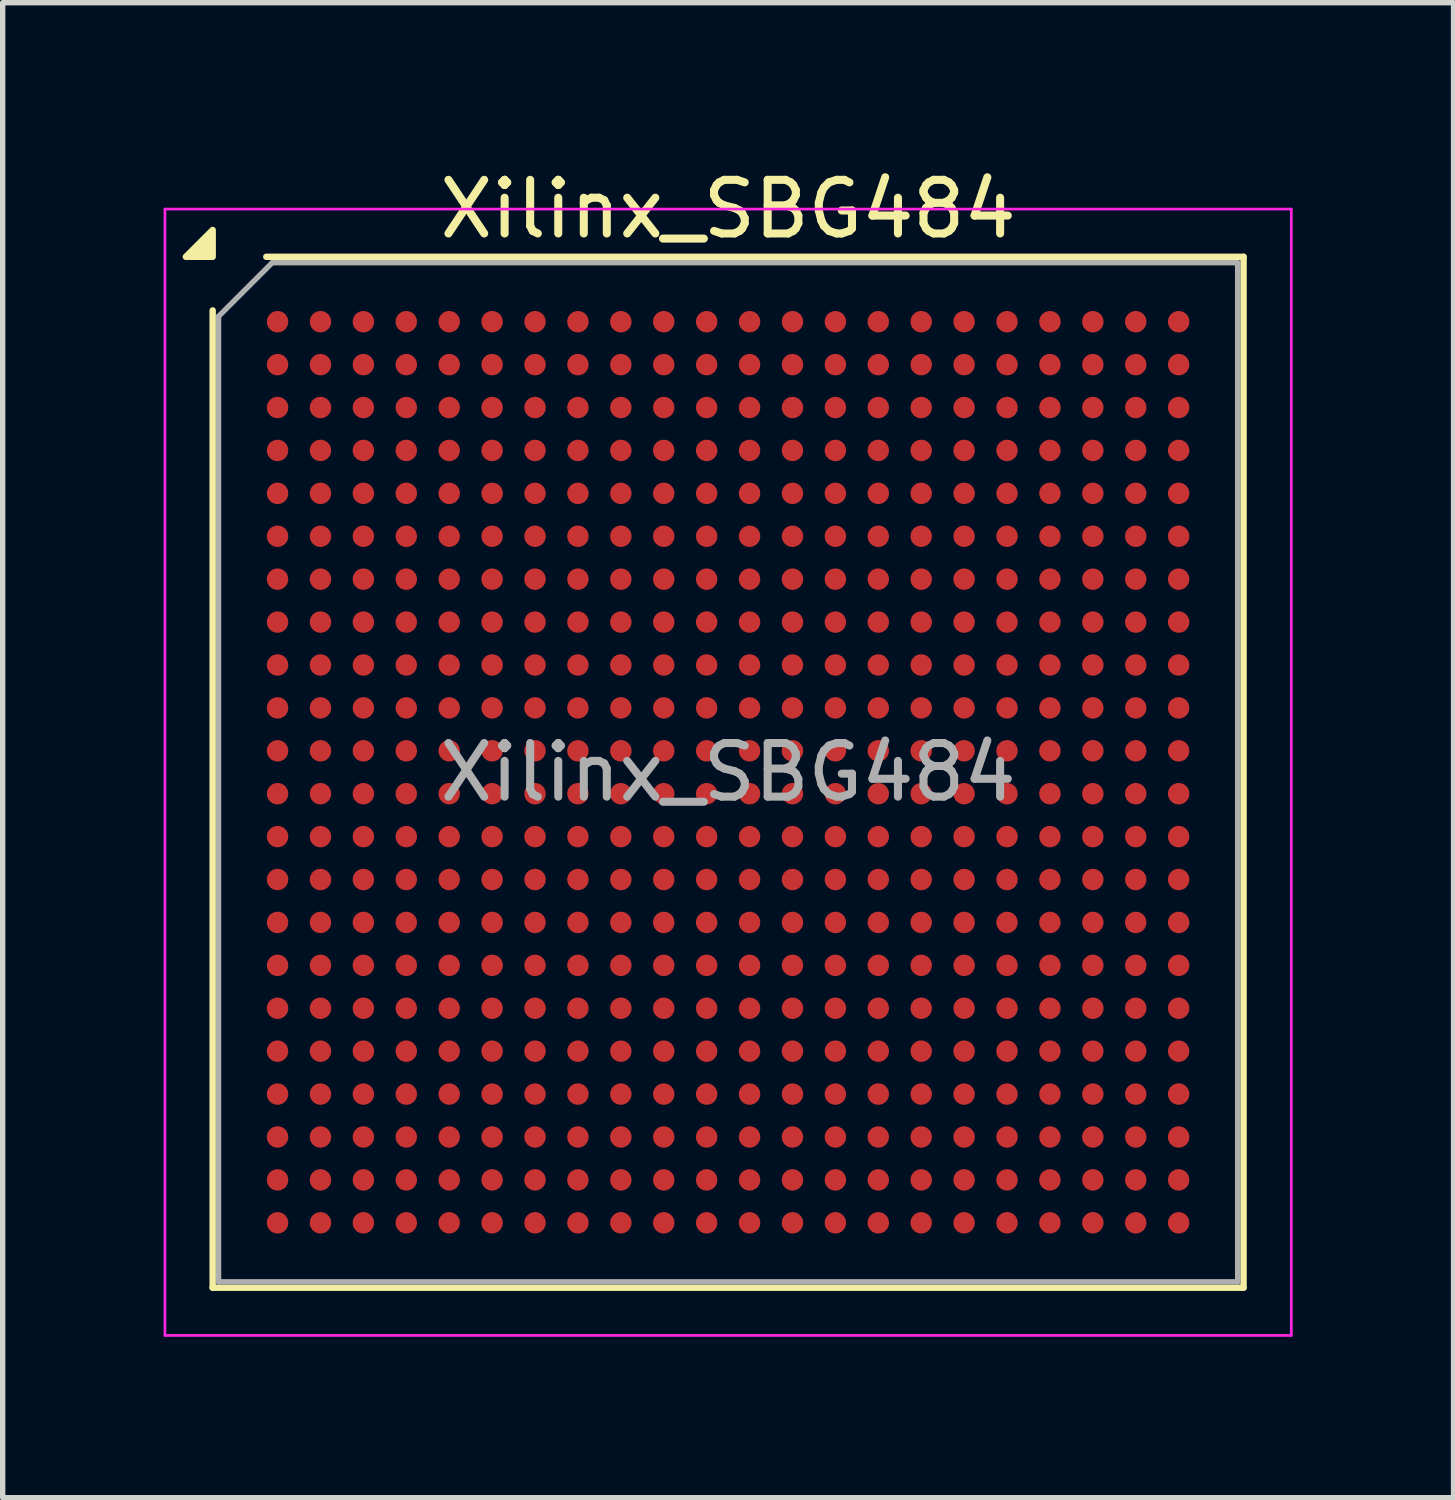
<source format=kicad_pcb>
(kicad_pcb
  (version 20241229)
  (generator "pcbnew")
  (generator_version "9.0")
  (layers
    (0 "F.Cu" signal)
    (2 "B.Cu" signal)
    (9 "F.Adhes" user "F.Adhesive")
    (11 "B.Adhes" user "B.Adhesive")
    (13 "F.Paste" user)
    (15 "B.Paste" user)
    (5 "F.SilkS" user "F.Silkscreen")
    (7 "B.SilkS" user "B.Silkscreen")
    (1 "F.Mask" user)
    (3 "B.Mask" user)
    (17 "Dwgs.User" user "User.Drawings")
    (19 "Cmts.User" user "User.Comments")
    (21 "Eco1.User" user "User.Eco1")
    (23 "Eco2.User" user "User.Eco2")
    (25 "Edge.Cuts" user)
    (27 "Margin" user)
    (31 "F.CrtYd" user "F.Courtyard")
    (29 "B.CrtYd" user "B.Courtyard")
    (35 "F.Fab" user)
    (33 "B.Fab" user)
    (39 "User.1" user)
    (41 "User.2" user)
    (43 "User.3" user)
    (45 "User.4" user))
  (footprint "Xilinx_SBG484"
    (layer "F.Cu")
    (at 10.525 11.348)
    (property "Reference" "Xilinx_SBG484" (at 0 -10.5 0) (layer "F.SilkS") (effects (font (size 1 1) (thickness 0.15))))
    (attr smd)
    (fp_line (start -9.61 9.61) (end -9.61 -8.61) (stroke (width 0.12) (type solid)) (layer "F.SilkS"))
    (fp_line (start -8.61 -9.61) (end 9.61 -9.61) (stroke (width 0.12) (type solid)) (layer "F.SilkS"))
    (fp_line (start 9.61 -9.61) (end 9.61 9.61) (stroke (width 0.12) (type solid)) (layer "F.SilkS"))
    (fp_line (start 9.61 9.61) (end -9.61 9.61) (stroke (width 0.12) (type solid)) (layer "F.SilkS"))
    (fp_poly (pts (xy -9.61 -9.61) (xy -10.11 -9.61) (xy -9.61 -10.11) (xy -9.61 -9.61)) (stroke (width 0.12) (type solid)) (fill yes) (layer "F.SilkS"))
    (fp_line (start -10.5 -10.5) (end -10.5 10.5) (stroke (width 0.05) (type solid)) (layer "F.CrtYd"))
    (fp_line (start -10.5 10.5) (end 10.5 10.5) (stroke (width 0.05) (type solid)) (layer "F.CrtYd"))
    (fp_line (start 10.5 -10.5) (end -10.5 -10.5) (stroke (width 0.05) (type solid)) (layer "F.CrtYd"))
    (fp_line (start 10.5 10.5) (end 10.5 -10.5) (stroke (width 0.05) (type solid)) (layer "F.CrtYd"))
    (fp_line (start -9.5 -8.5) (end -8.5 -9.5) (stroke (width 0.1) (type solid)) (layer "F.Fab"))
    (fp_line (start -9.5 9.5) (end -9.5 -8.5) (stroke (width 0.1) (type solid)) (layer "F.Fab"))
    (fp_line (start -8.5 -9.5) (end 9.5 -9.5) (stroke (width 0.1) (type solid)) (layer "F.Fab"))
    (fp_line (start 9.5 -9.5) (end 9.5 9.5) (stroke (width 0.1) (type solid)) (layer "F.Fab"))
    (fp_line (start 9.5 9.5) (end -9.5 9.5) (stroke (width 0.1) (type solid)) (layer "F.Fab"))
    (fp_text user "${REFERENCE}" (at 0 0 0) (layer "F.Fab") (effects (font (size 1 1) (thickness 0.15))))
    (pad "A1" smd circle (at -8.4 -8.4) (size 0.4 0.4) (property pad_prop_bga) (layers "F.Cu" "F.Mask" "F.Paste"))
    (pad "A2" smd circle (at -7.6 -8.4) (size 0.4 0.4) (property pad_prop_bga) (layers "F.Cu" "F.Mask" "F.Paste"))
    (pad "A3" smd circle (at -6.8 -8.4) (size 0.4 0.4) (property pad_prop_bga) (layers "F.Cu" "F.Mask" "F.Paste"))
    (pad "A4" smd circle (at -6 -8.4) (size 0.4 0.4) (property pad_prop_bga) (layers "F.Cu" "F.Mask" "F.Paste"))
    (pad "A5" smd circle (at -5.2 -8.4) (size 0.4 0.4) (property pad_prop_bga) (layers "F.Cu" "F.Mask" "F.Paste"))
    (pad "A6" smd circle (at -4.4 -8.4) (size 0.4 0.4) (property pad_prop_bga) (layers "F.Cu" "F.Mask" "F.Paste"))
    (pad "A7" smd circle (at -3.6 -8.4) (size 0.4 0.4) (property pad_prop_bga) (layers "F.Cu" "F.Mask" "F.Paste"))
    (pad "A8" smd circle (at -2.8 -8.4) (size 0.4 0.4) (property pad_prop_bga) (layers "F.Cu" "F.Mask" "F.Paste"))
    (pad "A9" smd circle (at -2 -8.4) (size 0.4 0.4) (property pad_prop_bga) (layers "F.Cu" "F.Mask" "F.Paste"))
    (pad "A10" smd circle (at -1.2 -8.4) (size 0.4 0.4) (property pad_prop_bga) (layers "F.Cu" "F.Mask" "F.Paste"))
    (pad "A11" smd circle (at -0.4 -8.4) (size 0.4 0.4) (property pad_prop_bga) (layers "F.Cu" "F.Mask" "F.Paste"))
    (pad "A12" smd circle (at 0.4 -8.4) (size 0.4 0.4) (property pad_prop_bga) (layers "F.Cu" "F.Mask" "F.Paste"))
    (pad "A13" smd circle (at 1.2 -8.4) (size 0.4 0.4) (property pad_prop_bga) (layers "F.Cu" "F.Mask" "F.Paste"))
    (pad "A14" smd circle (at 2 -8.4) (size 0.4 0.4) (property pad_prop_bga) (layers "F.Cu" "F.Mask" "F.Paste"))
    (pad "A15" smd circle (at 2.8 -8.4) (size 0.4 0.4) (property pad_prop_bga) (layers "F.Cu" "F.Mask" "F.Paste"))
    (pad "A16" smd circle (at 3.6 -8.4) (size 0.4 0.4) (property pad_prop_bga) (layers "F.Cu" "F.Mask" "F.Paste"))
    (pad "A17" smd circle (at 4.4 -8.4) (size 0.4 0.4) (property pad_prop_bga) (layers "F.Cu" "F.Mask" "F.Paste"))
    (pad "A18" smd circle (at 5.2 -8.4) (size 0.4 0.4) (property pad_prop_bga) (layers "F.Cu" "F.Mask" "F.Paste"))
    (pad "A19" smd circle (at 6 -8.4) (size 0.4 0.4) (property pad_prop_bga) (layers "F.Cu" "F.Mask" "F.Paste"))
    (pad "A20" smd circle (at 6.8 -8.4) (size 0.4 0.4) (property pad_prop_bga) (layers "F.Cu" "F.Mask" "F.Paste"))
    (pad "A21" smd circle (at 7.6 -8.4) (size 0.4 0.4) (property pad_prop_bga) (layers "F.Cu" "F.Mask" "F.Paste"))
    (pad "A22" smd circle (at 8.4 -8.4) (size 0.4 0.4) (property pad_prop_bga) (layers "F.Cu" "F.Mask" "F.Paste"))
    (pad "AA1" smd circle (at -8.4 7.6) (size 0.4 0.4) (property pad_prop_bga) (layers "F.Cu" "F.Mask" "F.Paste"))
    (pad "AA2" smd circle (at -7.6 7.6) (size 0.4 0.4) (property pad_prop_bga) (layers "F.Cu" "F.Mask" "F.Paste"))
    (pad "AA3" smd circle (at -6.8 7.6) (size 0.4 0.4) (property pad_prop_bga) (layers "F.Cu" "F.Mask" "F.Paste"))
    (pad "AA4" smd circle (at -6 7.6) (size 0.4 0.4) (property pad_prop_bga) (layers "F.Cu" "F.Mask" "F.Paste"))
    (pad "AA5" smd circle (at -5.2 7.6) (size 0.4 0.4) (property pad_prop_bga) (layers "F.Cu" "F.Mask" "F.Paste"))
    (pad "AA6" smd circle (at -4.4 7.6) (size 0.4 0.4) (property pad_prop_bga) (layers "F.Cu" "F.Mask" "F.Paste"))
    (pad "AA7" smd circle (at -3.6 7.6) (size 0.4 0.4) (property pad_prop_bga) (layers "F.Cu" "F.Mask" "F.Paste"))
    (pad "AA8" smd circle (at -2.8 7.6) (size 0.4 0.4) (property pad_prop_bga) (layers "F.Cu" "F.Mask" "F.Paste"))
    (pad "AA9" smd circle (at -2 7.6) (size 0.4 0.4) (property pad_prop_bga) (layers "F.Cu" "F.Mask" "F.Paste"))
    (pad "AA10" smd circle (at -1.2 7.6) (size 0.4 0.4) (property pad_prop_bga) (layers "F.Cu" "F.Mask" "F.Paste"))
    (pad "AA11" smd circle (at -0.4 7.6) (size 0.4 0.4) (property pad_prop_bga) (layers "F.Cu" "F.Mask" "F.Paste"))
    (pad "AA12" smd circle (at 0.4 7.6) (size 0.4 0.4) (property pad_prop_bga) (layers "F.Cu" "F.Mask" "F.Paste"))
    (pad "AA13" smd circle (at 1.2 7.6) (size 0.4 0.4) (property pad_prop_bga) (layers "F.Cu" "F.Mask" "F.Paste"))
    (pad "AA14" smd circle (at 2 7.6) (size 0.4 0.4) (property pad_prop_bga) (layers "F.Cu" "F.Mask" "F.Paste"))
    (pad "AA15" smd circle (at 2.8 7.6) (size 0.4 0.4) (property pad_prop_bga) (layers "F.Cu" "F.Mask" "F.Paste"))
    (pad "AA16" smd circle (at 3.6 7.6) (size 0.4 0.4) (property pad_prop_bga) (layers "F.Cu" "F.Mask" "F.Paste"))
    (pad "AA17" smd circle (at 4.4 7.6) (size 0.4 0.4) (property pad_prop_bga) (layers "F.Cu" "F.Mask" "F.Paste"))
    (pad "AA18" smd circle (at 5.2 7.6) (size 0.4 0.4) (property pad_prop_bga) (layers "F.Cu" "F.Mask" "F.Paste"))
    (pad "AA19" smd circle (at 6 7.6) (size 0.4 0.4) (property pad_prop_bga) (layers "F.Cu" "F.Mask" "F.Paste"))
    (pad "AA20" smd circle (at 6.8 7.6) (size 0.4 0.4) (property pad_prop_bga) (layers "F.Cu" "F.Mask" "F.Paste"))
    (pad "AA21" smd circle (at 7.6 7.6) (size 0.4 0.4) (property pad_prop_bga) (layers "F.Cu" "F.Mask" "F.Paste"))
    (pad "AA22" smd circle (at 8.4 7.6) (size 0.4 0.4) (property pad_prop_bga) (layers "F.Cu" "F.Mask" "F.Paste"))
    (pad "AB1" smd circle (at -8.4 8.4) (size 0.4 0.4) (property pad_prop_bga) (layers "F.Cu" "F.Mask" "F.Paste"))
    (pad "AB2" smd circle (at -7.6 8.4) (size 0.4 0.4) (property pad_prop_bga) (layers "F.Cu" "F.Mask" "F.Paste"))
    (pad "AB3" smd circle (at -6.8 8.4) (size 0.4 0.4) (property pad_prop_bga) (layers "F.Cu" "F.Mask" "F.Paste"))
    (pad "AB4" smd circle (at -6 8.4) (size 0.4 0.4) (property pad_prop_bga) (layers "F.Cu" "F.Mask" "F.Paste"))
    (pad "AB5" smd circle (at -5.2 8.4) (size 0.4 0.4) (property pad_prop_bga) (layers "F.Cu" "F.Mask" "F.Paste"))
    (pad "AB6" smd circle (at -4.4 8.4) (size 0.4 0.4) (property pad_prop_bga) (layers "F.Cu" "F.Mask" "F.Paste"))
    (pad "AB7" smd circle (at -3.6 8.4) (size 0.4 0.4) (property pad_prop_bga) (layers "F.Cu" "F.Mask" "F.Paste"))
    (pad "AB8" smd circle (at -2.8 8.4) (size 0.4 0.4) (property pad_prop_bga) (layers "F.Cu" "F.Mask" "F.Paste"))
    (pad "AB9" smd circle (at -2 8.4) (size 0.4 0.4) (property pad_prop_bga) (layers "F.Cu" "F.Mask" "F.Paste"))
    (pad "AB10" smd circle (at -1.2 8.4) (size 0.4 0.4) (property pad_prop_bga) (layers "F.Cu" "F.Mask" "F.Paste"))
    (pad "AB11" smd circle (at -0.4 8.4) (size 0.4 0.4) (property pad_prop_bga) (layers "F.Cu" "F.Mask" "F.Paste"))
    (pad "AB12" smd circle (at 0.4 8.4) (size 0.4 0.4) (property pad_prop_bga) (layers "F.Cu" "F.Mask" "F.Paste"))
    (pad "AB13" smd circle (at 1.2 8.4) (size 0.4 0.4) (property pad_prop_bga) (layers "F.Cu" "F.Mask" "F.Paste"))
    (pad "AB14" smd circle (at 2 8.4) (size 0.4 0.4) (property pad_prop_bga) (layers "F.Cu" "F.Mask" "F.Paste"))
    (pad "AB15" smd circle (at 2.8 8.4) (size 0.4 0.4) (property pad_prop_bga) (layers "F.Cu" "F.Mask" "F.Paste"))
    (pad "AB16" smd circle (at 3.6 8.4) (size 0.4 0.4) (property pad_prop_bga) (layers "F.Cu" "F.Mask" "F.Paste"))
    (pad "AB17" smd circle (at 4.4 8.4) (size 0.4 0.4) (property pad_prop_bga) (layers "F.Cu" "F.Mask" "F.Paste"))
    (pad "AB18" smd circle (at 5.2 8.4) (size 0.4 0.4) (property pad_prop_bga) (layers "F.Cu" "F.Mask" "F.Paste"))
    (pad "AB19" smd circle (at 6 8.4) (size 0.4 0.4) (property pad_prop_bga) (layers "F.Cu" "F.Mask" "F.Paste"))
    (pad "AB20" smd circle (at 6.8 8.4) (size 0.4 0.4) (property pad_prop_bga) (layers "F.Cu" "F.Mask" "F.Paste"))
    (pad "AB21" smd circle (at 7.6 8.4) (size 0.4 0.4) (property pad_prop_bga) (layers "F.Cu" "F.Mask" "F.Paste"))
    (pad "AB22" smd circle (at 8.4 8.4) (size 0.4 0.4) (property pad_prop_bga) (layers "F.Cu" "F.Mask" "F.Paste"))
    (pad "B1" smd circle (at -8.4 -7.6) (size 0.4 0.4) (property pad_prop_bga) (layers "F.Cu" "F.Mask" "F.Paste"))
    (pad "B2" smd circle (at -7.6 -7.6) (size 0.4 0.4) (property pad_prop_bga) (layers "F.Cu" "F.Mask" "F.Paste"))
    (pad "B3" smd circle (at -6.8 -7.6) (size 0.4 0.4) (property pad_prop_bga) (layers "F.Cu" "F.Mask" "F.Paste"))
    (pad "B4" smd circle (at -6 -7.6) (size 0.4 0.4) (property pad_prop_bga) (layers "F.Cu" "F.Mask" "F.Paste"))
    (pad "B5" smd circle (at -5.2 -7.6) (size 0.4 0.4) (property pad_prop_bga) (layers "F.Cu" "F.Mask" "F.Paste"))
    (pad "B6" smd circle (at -4.4 -7.6) (size 0.4 0.4) (property pad_prop_bga) (layers "F.Cu" "F.Mask" "F.Paste"))
    (pad "B7" smd circle (at -3.6 -7.6) (size 0.4 0.4) (property pad_prop_bga) (layers "F.Cu" "F.Mask" "F.Paste"))
    (pad "B8" smd circle (at -2.8 -7.6) (size 0.4 0.4) (property pad_prop_bga) (layers "F.Cu" "F.Mask" "F.Paste"))
    (pad "B9" smd circle (at -2 -7.6) (size 0.4 0.4) (property pad_prop_bga) (layers "F.Cu" "F.Mask" "F.Paste"))
    (pad "B10" smd circle (at -1.2 -7.6) (size 0.4 0.4) (property pad_prop_bga) (layers "F.Cu" "F.Mask" "F.Paste"))
    (pad "B11" smd circle (at -0.4 -7.6) (size 0.4 0.4) (property pad_prop_bga) (layers "F.Cu" "F.Mask" "F.Paste"))
    (pad "B12" smd circle (at 0.4 -7.6) (size 0.4 0.4) (property pad_prop_bga) (layers "F.Cu" "F.Mask" "F.Paste"))
    (pad "B13" smd circle (at 1.2 -7.6) (size 0.4 0.4) (property pad_prop_bga) (layers "F.Cu" "F.Mask" "F.Paste"))
    (pad "B14" smd circle (at 2 -7.6) (size 0.4 0.4) (property pad_prop_bga) (layers "F.Cu" "F.Mask" "F.Paste"))
    (pad "B15" smd circle (at 2.8 -7.6) (size 0.4 0.4) (property pad_prop_bga) (layers "F.Cu" "F.Mask" "F.Paste"))
    (pad "B16" smd circle (at 3.6 -7.6) (size 0.4 0.4) (property pad_prop_bga) (layers "F.Cu" "F.Mask" "F.Paste"))
    (pad "B17" smd circle (at 4.4 -7.6) (size 0.4 0.4) (property pad_prop_bga) (layers "F.Cu" "F.Mask" "F.Paste"))
    (pad "B18" smd circle (at 5.2 -7.6) (size 0.4 0.4) (property pad_prop_bga) (layers "F.Cu" "F.Mask" "F.Paste"))
    (pad "B19" smd circle (at 6 -7.6) (size 0.4 0.4) (property pad_prop_bga) (layers "F.Cu" "F.Mask" "F.Paste"))
    (pad "B20" smd circle (at 6.8 -7.6) (size 0.4 0.4) (property pad_prop_bga) (layers "F.Cu" "F.Mask" "F.Paste"))
    (pad "B21" smd circle (at 7.6 -7.6) (size 0.4 0.4) (property pad_prop_bga) (layers "F.Cu" "F.Mask" "F.Paste"))
    (pad "B22" smd circle (at 8.4 -7.6) (size 0.4 0.4) (property pad_prop_bga) (layers "F.Cu" "F.Mask" "F.Paste"))
    (pad "C1" smd circle (at -8.4 -6.8) (size 0.4 0.4) (property pad_prop_bga) (layers "F.Cu" "F.Mask" "F.Paste"))
    (pad "C2" smd circle (at -7.6 -6.8) (size 0.4 0.4) (property pad_prop_bga) (layers "F.Cu" "F.Mask" "F.Paste"))
    (pad "C3" smd circle (at -6.8 -6.8) (size 0.4 0.4) (property pad_prop_bga) (layers "F.Cu" "F.Mask" "F.Paste"))
    (pad "C4" smd circle (at -6 -6.8) (size 0.4 0.4) (property pad_prop_bga) (layers "F.Cu" "F.Mask" "F.Paste"))
    (pad "C5" smd circle (at -5.2 -6.8) (size 0.4 0.4) (property pad_prop_bga) (layers "F.Cu" "F.Mask" "F.Paste"))
    (pad "C6" smd circle (at -4.4 -6.8) (size 0.4 0.4) (property pad_prop_bga) (layers "F.Cu" "F.Mask" "F.Paste"))
    (pad "C7" smd circle (at -3.6 -6.8) (size 0.4 0.4) (property pad_prop_bga) (layers "F.Cu" "F.Mask" "F.Paste"))
    (pad "C8" smd circle (at -2.8 -6.8) (size 0.4 0.4) (property pad_prop_bga) (layers "F.Cu" "F.Mask" "F.Paste"))
    (pad "C9" smd circle (at -2 -6.8) (size 0.4 0.4) (property pad_prop_bga) (layers "F.Cu" "F.Mask" "F.Paste"))
    (pad "C10" smd circle (at -1.2 -6.8) (size 0.4 0.4) (property pad_prop_bga) (layers "F.Cu" "F.Mask" "F.Paste"))
    (pad "C11" smd circle (at -0.4 -6.8) (size 0.4 0.4) (property pad_prop_bga) (layers "F.Cu" "F.Mask" "F.Paste"))
    (pad "C12" smd circle (at 0.4 -6.8) (size 0.4 0.4) (property pad_prop_bga) (layers "F.Cu" "F.Mask" "F.Paste"))
    (pad "C13" smd circle (at 1.2 -6.8) (size 0.4 0.4) (property pad_prop_bga) (layers "F.Cu" "F.Mask" "F.Paste"))
    (pad "C14" smd circle (at 2 -6.8) (size 0.4 0.4) (property pad_prop_bga) (layers "F.Cu" "F.Mask" "F.Paste"))
    (pad "C15" smd circle (at 2.8 -6.8) (size 0.4 0.4) (property pad_prop_bga) (layers "F.Cu" "F.Mask" "F.Paste"))
    (pad "C16" smd circle (at 3.6 -6.8) (size 0.4 0.4) (property pad_prop_bga) (layers "F.Cu" "F.Mask" "F.Paste"))
    (pad "C17" smd circle (at 4.4 -6.8) (size 0.4 0.4) (property pad_prop_bga) (layers "F.Cu" "F.Mask" "F.Paste"))
    (pad "C18" smd circle (at 5.2 -6.8) (size 0.4 0.4) (property pad_prop_bga) (layers "F.Cu" "F.Mask" "F.Paste"))
    (pad "C19" smd circle (at 6 -6.8) (size 0.4 0.4) (property pad_prop_bga) (layers "F.Cu" "F.Mask" "F.Paste"))
    (pad "C20" smd circle (at 6.8 -6.8) (size 0.4 0.4) (property pad_prop_bga) (layers "F.Cu" "F.Mask" "F.Paste"))
    (pad "C21" smd circle (at 7.6 -6.8) (size 0.4 0.4) (property pad_prop_bga) (layers "F.Cu" "F.Mask" "F.Paste"))
    (pad "C22" smd circle (at 8.4 -6.8) (size 0.4 0.4) (property pad_prop_bga) (layers "F.Cu" "F.Mask" "F.Paste"))
    (pad "D1" smd circle (at -8.4 -6) (size 0.4 0.4) (property pad_prop_bga) (layers "F.Cu" "F.Mask" "F.Paste"))
    (pad "D2" smd circle (at -7.6 -6) (size 0.4 0.4) (property pad_prop_bga) (layers "F.Cu" "F.Mask" "F.Paste"))
    (pad "D3" smd circle (at -6.8 -6) (size 0.4 0.4) (property pad_prop_bga) (layers "F.Cu" "F.Mask" "F.Paste"))
    (pad "D4" smd circle (at -6 -6) (size 0.4 0.4) (property pad_prop_bga) (layers "F.Cu" "F.Mask" "F.Paste"))
    (pad "D5" smd circle (at -5.2 -6) (size 0.4 0.4) (property pad_prop_bga) (layers "F.Cu" "F.Mask" "F.Paste"))
    (pad "D6" smd circle (at -4.4 -6) (size 0.4 0.4) (property pad_prop_bga) (layers "F.Cu" "F.Mask" "F.Paste"))
    (pad "D7" smd circle (at -3.6 -6) (size 0.4 0.4) (property pad_prop_bga) (layers "F.Cu" "F.Mask" "F.Paste"))
    (pad "D8" smd circle (at -2.8 -6) (size 0.4 0.4) (property pad_prop_bga) (layers "F.Cu" "F.Mask" "F.Paste"))
    (pad "D9" smd circle (at -2 -6) (size 0.4 0.4) (property pad_prop_bga) (layers "F.Cu" "F.Mask" "F.Paste"))
    (pad "D10" smd circle (at -1.2 -6) (size 0.4 0.4) (property pad_prop_bga) (layers "F.Cu" "F.Mask" "F.Paste"))
    (pad "D11" smd circle (at -0.4 -6) (size 0.4 0.4) (property pad_prop_bga) (layers "F.Cu" "F.Mask" "F.Paste"))
    (pad "D12" smd circle (at 0.4 -6) (size 0.4 0.4) (property pad_prop_bga) (layers "F.Cu" "F.Mask" "F.Paste"))
    (pad "D13" smd circle (at 1.2 -6) (size 0.4 0.4) (property pad_prop_bga) (layers "F.Cu" "F.Mask" "F.Paste"))
    (pad "D14" smd circle (at 2 -6) (size 0.4 0.4) (property pad_prop_bga) (layers "F.Cu" "F.Mask" "F.Paste"))
    (pad "D15" smd circle (at 2.8 -6) (size 0.4 0.4) (property pad_prop_bga) (layers "F.Cu" "F.Mask" "F.Paste"))
    (pad "D16" smd circle (at 3.6 -6) (size 0.4 0.4) (property pad_prop_bga) (layers "F.Cu" "F.Mask" "F.Paste"))
    (pad "D17" smd circle (at 4.4 -6) (size 0.4 0.4) (property pad_prop_bga) (layers "F.Cu" "F.Mask" "F.Paste"))
    (pad "D18" smd circle (at 5.2 -6) (size 0.4 0.4) (property pad_prop_bga) (layers "F.Cu" "F.Mask" "F.Paste"))
    (pad "D19" smd circle (at 6 -6) (size 0.4 0.4) (property pad_prop_bga) (layers "F.Cu" "F.Mask" "F.Paste"))
    (pad "D20" smd circle (at 6.8 -6) (size 0.4 0.4) (property pad_prop_bga) (layers "F.Cu" "F.Mask" "F.Paste"))
    (pad "D21" smd circle (at 7.6 -6) (size 0.4 0.4) (property pad_prop_bga) (layers "F.Cu" "F.Mask" "F.Paste"))
    (pad "D22" smd circle (at 8.4 -6) (size 0.4 0.4) (property pad_prop_bga) (layers "F.Cu" "F.Mask" "F.Paste"))
    (pad "E1" smd circle (at -8.4 -5.2) (size 0.4 0.4) (property pad_prop_bga) (layers "F.Cu" "F.Mask" "F.Paste"))
    (pad "E2" smd circle (at -7.6 -5.2) (size 0.4 0.4) (property pad_prop_bga) (layers "F.Cu" "F.Mask" "F.Paste"))
    (pad "E3" smd circle (at -6.8 -5.2) (size 0.4 0.4) (property pad_prop_bga) (layers "F.Cu" "F.Mask" "F.Paste"))
    (pad "E4" smd circle (at -6 -5.2) (size 0.4 0.4) (property pad_prop_bga) (layers "F.Cu" "F.Mask" "F.Paste"))
    (pad "E5" smd circle (at -5.2 -5.2) (size 0.4 0.4) (property pad_prop_bga) (layers "F.Cu" "F.Mask" "F.Paste"))
    (pad "E6" smd circle (at -4.4 -5.2) (size 0.4 0.4) (property pad_prop_bga) (layers "F.Cu" "F.Mask" "F.Paste"))
    (pad "E7" smd circle (at -3.6 -5.2) (size 0.4 0.4) (property pad_prop_bga) (layers "F.Cu" "F.Mask" "F.Paste"))
    (pad "E8" smd circle (at -2.8 -5.2) (size 0.4 0.4) (property pad_prop_bga) (layers "F.Cu" "F.Mask" "F.Paste"))
    (pad "E9" smd circle (at -2 -5.2) (size 0.4 0.4) (property pad_prop_bga) (layers "F.Cu" "F.Mask" "F.Paste"))
    (pad "E10" smd circle (at -1.2 -5.2) (size 0.4 0.4) (property pad_prop_bga) (layers "F.Cu" "F.Mask" "F.Paste"))
    (pad "E11" smd circle (at -0.4 -5.2) (size 0.4 0.4) (property pad_prop_bga) (layers "F.Cu" "F.Mask" "F.Paste"))
    (pad "E12" smd circle (at 0.4 -5.2) (size 0.4 0.4) (property pad_prop_bga) (layers "F.Cu" "F.Mask" "F.Paste"))
    (pad "E13" smd circle (at 1.2 -5.2) (size 0.4 0.4) (property pad_prop_bga) (layers "F.Cu" "F.Mask" "F.Paste"))
    (pad "E14" smd circle (at 2 -5.2) (size 0.4 0.4) (property pad_prop_bga) (layers "F.Cu" "F.Mask" "F.Paste"))
    (pad "E15" smd circle (at 2.8 -5.2) (size 0.4 0.4) (property pad_prop_bga) (layers "F.Cu" "F.Mask" "F.Paste"))
    (pad "E16" smd circle (at 3.6 -5.2) (size 0.4 0.4) (property pad_prop_bga) (layers "F.Cu" "F.Mask" "F.Paste"))
    (pad "E17" smd circle (at 4.4 -5.2) (size 0.4 0.4) (property pad_prop_bga) (layers "F.Cu" "F.Mask" "F.Paste"))
    (pad "E18" smd circle (at 5.2 -5.2) (size 0.4 0.4) (property pad_prop_bga) (layers "F.Cu" "F.Mask" "F.Paste"))
    (pad "E19" smd circle (at 6 -5.2) (size 0.4 0.4) (property pad_prop_bga) (layers "F.Cu" "F.Mask" "F.Paste"))
    (pad "E20" smd circle (at 6.8 -5.2) (size 0.4 0.4) (property pad_prop_bga) (layers "F.Cu" "F.Mask" "F.Paste"))
    (pad "E21" smd circle (at 7.6 -5.2) (size 0.4 0.4) (property pad_prop_bga) (layers "F.Cu" "F.Mask" "F.Paste"))
    (pad "E22" smd circle (at 8.4 -5.2) (size 0.4 0.4) (property pad_prop_bga) (layers "F.Cu" "F.Mask" "F.Paste"))
    (pad "F1" smd circle (at -8.4 -4.4) (size 0.4 0.4) (property pad_prop_bga) (layers "F.Cu" "F.Mask" "F.Paste"))
    (pad "F2" smd circle (at -7.6 -4.4) (size 0.4 0.4) (property pad_prop_bga) (layers "F.Cu" "F.Mask" "F.Paste"))
    (pad "F3" smd circle (at -6.8 -4.4) (size 0.4 0.4) (property pad_prop_bga) (layers "F.Cu" "F.Mask" "F.Paste"))
    (pad "F4" smd circle (at -6 -4.4) (size 0.4 0.4) (property pad_prop_bga) (layers "F.Cu" "F.Mask" "F.Paste"))
    (pad "F5" smd circle (at -5.2 -4.4) (size 0.4 0.4) (property pad_prop_bga) (layers "F.Cu" "F.Mask" "F.Paste"))
    (pad "F6" smd circle (at -4.4 -4.4) (size 0.4 0.4) (property pad_prop_bga) (layers "F.Cu" "F.Mask" "F.Paste"))
    (pad "F7" smd circle (at -3.6 -4.4) (size 0.4 0.4) (property pad_prop_bga) (layers "F.Cu" "F.Mask" "F.Paste"))
    (pad "F8" smd circle (at -2.8 -4.4) (size 0.4 0.4) (property pad_prop_bga) (layers "F.Cu" "F.Mask" "F.Paste"))
    (pad "F9" smd circle (at -2 -4.4) (size 0.4 0.4) (property pad_prop_bga) (layers "F.Cu" "F.Mask" "F.Paste"))
    (pad "F10" smd circle (at -1.2 -4.4) (size 0.4 0.4) (property pad_prop_bga) (layers "F.Cu" "F.Mask" "F.Paste"))
    (pad "F11" smd circle (at -0.4 -4.4) (size 0.4 0.4) (property pad_prop_bga) (layers "F.Cu" "F.Mask" "F.Paste"))
    (pad "F12" smd circle (at 0.4 -4.4) (size 0.4 0.4) (property pad_prop_bga) (layers "F.Cu" "F.Mask" "F.Paste"))
    (pad "F13" smd circle (at 1.2 -4.4) (size 0.4 0.4) (property pad_prop_bga) (layers "F.Cu" "F.Mask" "F.Paste"))
    (pad "F14" smd circle (at 2 -4.4) (size 0.4 0.4) (property pad_prop_bga) (layers "F.Cu" "F.Mask" "F.Paste"))
    (pad "F15" smd circle (at 2.8 -4.4) (size 0.4 0.4) (property pad_prop_bga) (layers "F.Cu" "F.Mask" "F.Paste"))
    (pad "F16" smd circle (at 3.6 -4.4) (size 0.4 0.4) (property pad_prop_bga) (layers "F.Cu" "F.Mask" "F.Paste"))
    (pad "F17" smd circle (at 4.4 -4.4) (size 0.4 0.4) (property pad_prop_bga) (layers "F.Cu" "F.Mask" "F.Paste"))
    (pad "F18" smd circle (at 5.2 -4.4) (size 0.4 0.4) (property pad_prop_bga) (layers "F.Cu" "F.Mask" "F.Paste"))
    (pad "F19" smd circle (at 6 -4.4) (size 0.4 0.4) (property pad_prop_bga) (layers "F.Cu" "F.Mask" "F.Paste"))
    (pad "F20" smd circle (at 6.8 -4.4) (size 0.4 0.4) (property pad_prop_bga) (layers "F.Cu" "F.Mask" "F.Paste"))
    (pad "F21" smd circle (at 7.6 -4.4) (size 0.4 0.4) (property pad_prop_bga) (layers "F.Cu" "F.Mask" "F.Paste"))
    (pad "F22" smd circle (at 8.4 -4.4) (size 0.4 0.4) (property pad_prop_bga) (layers "F.Cu" "F.Mask" "F.Paste"))
    (pad "G1" smd circle (at -8.4 -3.6) (size 0.4 0.4) (property pad_prop_bga) (layers "F.Cu" "F.Mask" "F.Paste"))
    (pad "G2" smd circle (at -7.6 -3.6) (size 0.4 0.4) (property pad_prop_bga) (layers "F.Cu" "F.Mask" "F.Paste"))
    (pad "G3" smd circle (at -6.8 -3.6) (size 0.4 0.4) (property pad_prop_bga) (layers "F.Cu" "F.Mask" "F.Paste"))
    (pad "G4" smd circle (at -6 -3.6) (size 0.4 0.4) (property pad_prop_bga) (layers "F.Cu" "F.Mask" "F.Paste"))
    (pad "G5" smd circle (at -5.2 -3.6) (size 0.4 0.4) (property pad_prop_bga) (layers "F.Cu" "F.Mask" "F.Paste"))
    (pad "G6" smd circle (at -4.4 -3.6) (size 0.4 0.4) (property pad_prop_bga) (layers "F.Cu" "F.Mask" "F.Paste"))
    (pad "G7" smd circle (at -3.6 -3.6) (size 0.4 0.4) (property pad_prop_bga) (layers "F.Cu" "F.Mask" "F.Paste"))
    (pad "G8" smd circle (at -2.8 -3.6) (size 0.4 0.4) (property pad_prop_bga) (layers "F.Cu" "F.Mask" "F.Paste"))
    (pad "G9" smd circle (at -2 -3.6) (size 0.4 0.4) (property pad_prop_bga) (layers "F.Cu" "F.Mask" "F.Paste"))
    (pad "G10" smd circle (at -1.2 -3.6) (size 0.4 0.4) (property pad_prop_bga) (layers "F.Cu" "F.Mask" "F.Paste"))
    (pad "G11" smd circle (at -0.4 -3.6) (size 0.4 0.4) (property pad_prop_bga) (layers "F.Cu" "F.Mask" "F.Paste"))
    (pad "G12" smd circle (at 0.4 -3.6) (size 0.4 0.4) (property pad_prop_bga) (layers "F.Cu" "F.Mask" "F.Paste"))
    (pad "G13" smd circle (at 1.2 -3.6) (size 0.4 0.4) (property pad_prop_bga) (layers "F.Cu" "F.Mask" "F.Paste"))
    (pad "G14" smd circle (at 2 -3.6) (size 0.4 0.4) (property pad_prop_bga) (layers "F.Cu" "F.Mask" "F.Paste"))
    (pad "G15" smd circle (at 2.8 -3.6) (size 0.4 0.4) (property pad_prop_bga) (layers "F.Cu" "F.Mask" "F.Paste"))
    (pad "G16" smd circle (at 3.6 -3.6) (size 0.4 0.4) (property pad_prop_bga) (layers "F.Cu" "F.Mask" "F.Paste"))
    (pad "G17" smd circle (at 4.4 -3.6) (size 0.4 0.4) (property pad_prop_bga) (layers "F.Cu" "F.Mask" "F.Paste"))
    (pad "G18" smd circle (at 5.2 -3.6) (size 0.4 0.4) (property pad_prop_bga) (layers "F.Cu" "F.Mask" "F.Paste"))
    (pad "G19" smd circle (at 6 -3.6) (size 0.4 0.4) (property pad_prop_bga) (layers "F.Cu" "F.Mask" "F.Paste"))
    (pad "G20" smd circle (at 6.8 -3.6) (size 0.4 0.4) (property pad_prop_bga) (layers "F.Cu" "F.Mask" "F.Paste"))
    (pad "G21" smd circle (at 7.6 -3.6) (size 0.4 0.4) (property pad_prop_bga) (layers "F.Cu" "F.Mask" "F.Paste"))
    (pad "G22" smd circle (at 8.4 -3.6) (size 0.4 0.4) (property pad_prop_bga) (layers "F.Cu" "F.Mask" "F.Paste"))
    (pad "H1" smd circle (at -8.4 -2.8) (size 0.4 0.4) (property pad_prop_bga) (layers "F.Cu" "F.Mask" "F.Paste"))
    (pad "H2" smd circle (at -7.6 -2.8) (size 0.4 0.4) (property pad_prop_bga) (layers "F.Cu" "F.Mask" "F.Paste"))
    (pad "H3" smd circle (at -6.8 -2.8) (size 0.4 0.4) (property pad_prop_bga) (layers "F.Cu" "F.Mask" "F.Paste"))
    (pad "H4" smd circle (at -6 -2.8) (size 0.4 0.4) (property pad_prop_bga) (layers "F.Cu" "F.Mask" "F.Paste"))
    (pad "H5" smd circle (at -5.2 -2.8) (size 0.4 0.4) (property pad_prop_bga) (layers "F.Cu" "F.Mask" "F.Paste"))
    (pad "H6" smd circle (at -4.4 -2.8) (size 0.4 0.4) (property pad_prop_bga) (layers "F.Cu" "F.Mask" "F.Paste"))
    (pad "H7" smd circle (at -3.6 -2.8) (size 0.4 0.4) (property pad_prop_bga) (layers "F.Cu" "F.Mask" "F.Paste"))
    (pad "H8" smd circle (at -2.8 -2.8) (size 0.4 0.4) (property pad_prop_bga) (layers "F.Cu" "F.Mask" "F.Paste"))
    (pad "H9" smd circle (at -2 -2.8) (size 0.4 0.4) (property pad_prop_bga) (layers "F.Cu" "F.Mask" "F.Paste"))
    (pad "H10" smd circle (at -1.2 -2.8) (size 0.4 0.4) (property pad_prop_bga) (layers "F.Cu" "F.Mask" "F.Paste"))
    (pad "H11" smd circle (at -0.4 -2.8) (size 0.4 0.4) (property pad_prop_bga) (layers "F.Cu" "F.Mask" "F.Paste"))
    (pad "H12" smd circle (at 0.4 -2.8) (size 0.4 0.4) (property pad_prop_bga) (layers "F.Cu" "F.Mask" "F.Paste"))
    (pad "H13" smd circle (at 1.2 -2.8) (size 0.4 0.4) (property pad_prop_bga) (layers "F.Cu" "F.Mask" "F.Paste"))
    (pad "H14" smd circle (at 2 -2.8) (size 0.4 0.4) (property pad_prop_bga) (layers "F.Cu" "F.Mask" "F.Paste"))
    (pad "H15" smd circle (at 2.8 -2.8) (size 0.4 0.4) (property pad_prop_bga) (layers "F.Cu" "F.Mask" "F.Paste"))
    (pad "H16" smd circle (at 3.6 -2.8) (size 0.4 0.4) (property pad_prop_bga) (layers "F.Cu" "F.Mask" "F.Paste"))
    (pad "H17" smd circle (at 4.4 -2.8) (size 0.4 0.4) (property pad_prop_bga) (layers "F.Cu" "F.Mask" "F.Paste"))
    (pad "H18" smd circle (at 5.2 -2.8) (size 0.4 0.4) (property pad_prop_bga) (layers "F.Cu" "F.Mask" "F.Paste"))
    (pad "H19" smd circle (at 6 -2.8) (size 0.4 0.4) (property pad_prop_bga) (layers "F.Cu" "F.Mask" "F.Paste"))
    (pad "H20" smd circle (at 6.8 -2.8) (size 0.4 0.4) (property pad_prop_bga) (layers "F.Cu" "F.Mask" "F.Paste"))
    (pad "H21" smd circle (at 7.6 -2.8) (size 0.4 0.4) (property pad_prop_bga) (layers "F.Cu" "F.Mask" "F.Paste"))
    (pad "H22" smd circle (at 8.4 -2.8) (size 0.4 0.4) (property pad_prop_bga) (layers "F.Cu" "F.Mask" "F.Paste"))
    (pad "J1" smd circle (at -8.4 -2) (size 0.4 0.4) (property pad_prop_bga) (layers "F.Cu" "F.Mask" "F.Paste"))
    (pad "J2" smd circle (at -7.6 -2) (size 0.4 0.4) (property pad_prop_bga) (layers "F.Cu" "F.Mask" "F.Paste"))
    (pad "J3" smd circle (at -6.8 -2) (size 0.4 0.4) (property pad_prop_bga) (layers "F.Cu" "F.Mask" "F.Paste"))
    (pad "J4" smd circle (at -6 -2) (size 0.4 0.4) (property pad_prop_bga) (layers "F.Cu" "F.Mask" "F.Paste"))
    (pad "J5" smd circle (at -5.2 -2) (size 0.4 0.4) (property pad_prop_bga) (layers "F.Cu" "F.Mask" "F.Paste"))
    (pad "J6" smd circle (at -4.4 -2) (size 0.4 0.4) (property pad_prop_bga) (layers "F.Cu" "F.Mask" "F.Paste"))
    (pad "J7" smd circle (at -3.6 -2) (size 0.4 0.4) (property pad_prop_bga) (layers "F.Cu" "F.Mask" "F.Paste"))
    (pad "J8" smd circle (at -2.8 -2) (size 0.4 0.4) (property pad_prop_bga) (layers "F.Cu" "F.Mask" "F.Paste"))
    (pad "J9" smd circle (at -2 -2) (size 0.4 0.4) (property pad_prop_bga) (layers "F.Cu" "F.Mask" "F.Paste"))
    (pad "J10" smd circle (at -1.2 -2) (size 0.4 0.4) (property pad_prop_bga) (layers "F.Cu" "F.Mask" "F.Paste"))
    (pad "J11" smd circle (at -0.4 -2) (size 0.4 0.4) (property pad_prop_bga) (layers "F.Cu" "F.Mask" "F.Paste"))
    (pad "J12" smd circle (at 0.4 -2) (size 0.4 0.4) (property pad_prop_bga) (layers "F.Cu" "F.Mask" "F.Paste"))
    (pad "J13" smd circle (at 1.2 -2) (size 0.4 0.4) (property pad_prop_bga) (layers "F.Cu" "F.Mask" "F.Paste"))
    (pad "J14" smd circle (at 2 -2) (size 0.4 0.4) (property pad_prop_bga) (layers "F.Cu" "F.Mask" "F.Paste"))
    (pad "J15" smd circle (at 2.8 -2) (size 0.4 0.4) (property pad_prop_bga) (layers "F.Cu" "F.Mask" "F.Paste"))
    (pad "J16" smd circle (at 3.6 -2) (size 0.4 0.4) (property pad_prop_bga) (layers "F.Cu" "F.Mask" "F.Paste"))
    (pad "J17" smd circle (at 4.4 -2) (size 0.4 0.4) (property pad_prop_bga) (layers "F.Cu" "F.Mask" "F.Paste"))
    (pad "J18" smd circle (at 5.2 -2) (size 0.4 0.4) (property pad_prop_bga) (layers "F.Cu" "F.Mask" "F.Paste"))
    (pad "J19" smd circle (at 6 -2) (size 0.4 0.4) (property pad_prop_bga) (layers "F.Cu" "F.Mask" "F.Paste"))
    (pad "J20" smd circle (at 6.8 -2) (size 0.4 0.4) (property pad_prop_bga) (layers "F.Cu" "F.Mask" "F.Paste"))
    (pad "J21" smd circle (at 7.6 -2) (size 0.4 0.4) (property pad_prop_bga) (layers "F.Cu" "F.Mask" "F.Paste"))
    (pad "J22" smd circle (at 8.4 -2) (size 0.4 0.4) (property pad_prop_bga) (layers "F.Cu" "F.Mask" "F.Paste"))
    (pad "K1" smd circle (at -8.4 -1.2) (size 0.4 0.4) (property pad_prop_bga) (layers "F.Cu" "F.Mask" "F.Paste"))
    (pad "K2" smd circle (at -7.6 -1.2) (size 0.4 0.4) (property pad_prop_bga) (layers "F.Cu" "F.Mask" "F.Paste"))
    (pad "K3" smd circle (at -6.8 -1.2) (size 0.4 0.4) (property pad_prop_bga) (layers "F.Cu" "F.Mask" "F.Paste"))
    (pad "K4" smd circle (at -6 -1.2) (size 0.4 0.4) (property pad_prop_bga) (layers "F.Cu" "F.Mask" "F.Paste"))
    (pad "K5" smd circle (at -5.2 -1.2) (size 0.4 0.4) (property pad_prop_bga) (layers "F.Cu" "F.Mask" "F.Paste"))
    (pad "K6" smd circle (at -4.4 -1.2) (size 0.4 0.4) (property pad_prop_bga) (layers "F.Cu" "F.Mask" "F.Paste"))
    (pad "K7" smd circle (at -3.6 -1.2) (size 0.4 0.4) (property pad_prop_bga) (layers "F.Cu" "F.Mask" "F.Paste"))
    (pad "K8" smd circle (at -2.8 -1.2) (size 0.4 0.4) (property pad_prop_bga) (layers "F.Cu" "F.Mask" "F.Paste"))
    (pad "K9" smd circle (at -2 -1.2) (size 0.4 0.4) (property pad_prop_bga) (layers "F.Cu" "F.Mask" "F.Paste"))
    (pad "K10" smd circle (at -1.2 -1.2) (size 0.4 0.4) (property pad_prop_bga) (layers "F.Cu" "F.Mask" "F.Paste"))
    (pad "K11" smd circle (at -0.4 -1.2) (size 0.4 0.4) (property pad_prop_bga) (layers "F.Cu" "F.Mask" "F.Paste"))
    (pad "K12" smd circle (at 0.4 -1.2) (size 0.4 0.4) (property pad_prop_bga) (layers "F.Cu" "F.Mask" "F.Paste"))
    (pad "K13" smd circle (at 1.2 -1.2) (size 0.4 0.4) (property pad_prop_bga) (layers "F.Cu" "F.Mask" "F.Paste"))
    (pad "K14" smd circle (at 2 -1.2) (size 0.4 0.4) (property pad_prop_bga) (layers "F.Cu" "F.Mask" "F.Paste"))
    (pad "K15" smd circle (at 2.8 -1.2) (size 0.4 0.4) (property pad_prop_bga) (layers "F.Cu" "F.Mask" "F.Paste"))
    (pad "K16" smd circle (at 3.6 -1.2) (size 0.4 0.4) (property pad_prop_bga) (layers "F.Cu" "F.Mask" "F.Paste"))
    (pad "K17" smd circle (at 4.4 -1.2) (size 0.4 0.4) (property pad_prop_bga) (layers "F.Cu" "F.Mask" "F.Paste"))
    (pad "K18" smd circle (at 5.2 -1.2) (size 0.4 0.4) (property pad_prop_bga) (layers "F.Cu" "F.Mask" "F.Paste"))
    (pad "K19" smd circle (at 6 -1.2) (size 0.4 0.4) (property pad_prop_bga) (layers "F.Cu" "F.Mask" "F.Paste"))
    (pad "K20" smd circle (at 6.8 -1.2) (size 0.4 0.4) (property pad_prop_bga) (layers "F.Cu" "F.Mask" "F.Paste"))
    (pad "K21" smd circle (at 7.6 -1.2) (size 0.4 0.4) (property pad_prop_bga) (layers "F.Cu" "F.Mask" "F.Paste"))
    (pad "K22" smd circle (at 8.4 -1.2) (size 0.4 0.4) (property pad_prop_bga) (layers "F.Cu" "F.Mask" "F.Paste"))
    (pad "L1" smd circle (at -8.4 -0.4) (size 0.4 0.4) (property pad_prop_bga) (layers "F.Cu" "F.Mask" "F.Paste"))
    (pad "L2" smd circle (at -7.6 -0.4) (size 0.4 0.4) (property pad_prop_bga) (layers "F.Cu" "F.Mask" "F.Paste"))
    (pad "L3" smd circle (at -6.8 -0.4) (size 0.4 0.4) (property pad_prop_bga) (layers "F.Cu" "F.Mask" "F.Paste"))
    (pad "L4" smd circle (at -6 -0.4) (size 0.4 0.4) (property pad_prop_bga) (layers "F.Cu" "F.Mask" "F.Paste"))
    (pad "L5" smd circle (at -5.2 -0.4) (size 0.4 0.4) (property pad_prop_bga) (layers "F.Cu" "F.Mask" "F.Paste"))
    (pad "L6" smd circle (at -4.4 -0.4) (size 0.4 0.4) (property pad_prop_bga) (layers "F.Cu" "F.Mask" "F.Paste"))
    (pad "L7" smd circle (at -3.6 -0.4) (size 0.4 0.4) (property pad_prop_bga) (layers "F.Cu" "F.Mask" "F.Paste"))
    (pad "L8" smd circle (at -2.8 -0.4) (size 0.4 0.4) (property pad_prop_bga) (layers "F.Cu" "F.Mask" "F.Paste"))
    (pad "L9" smd circle (at -2 -0.4) (size 0.4 0.4) (property pad_prop_bga) (layers "F.Cu" "F.Mask" "F.Paste"))
    (pad "L10" smd circle (at -1.2 -0.4) (size 0.4 0.4) (property pad_prop_bga) (layers "F.Cu" "F.Mask" "F.Paste"))
    (pad "L11" smd circle (at -0.4 -0.4) (size 0.4 0.4) (property pad_prop_bga) (layers "F.Cu" "F.Mask" "F.Paste"))
    (pad "L12" smd circle (at 0.4 -0.4) (size 0.4 0.4) (property pad_prop_bga) (layers "F.Cu" "F.Mask" "F.Paste"))
    (pad "L13" smd circle (at 1.2 -0.4) (size 0.4 0.4) (property pad_prop_bga) (layers "F.Cu" "F.Mask" "F.Paste"))
    (pad "L14" smd circle (at 2 -0.4) (size 0.4 0.4) (property pad_prop_bga) (layers "F.Cu" "F.Mask" "F.Paste"))
    (pad "L15" smd circle (at 2.8 -0.4) (size 0.4 0.4) (property pad_prop_bga) (layers "F.Cu" "F.Mask" "F.Paste"))
    (pad "L16" smd circle (at 3.6 -0.4) (size 0.4 0.4) (property pad_prop_bga) (layers "F.Cu" "F.Mask" "F.Paste"))
    (pad "L17" smd circle (at 4.4 -0.4) (size 0.4 0.4) (property pad_prop_bga) (layers "F.Cu" "F.Mask" "F.Paste"))
    (pad "L18" smd circle (at 5.2 -0.4) (size 0.4 0.4) (property pad_prop_bga) (layers "F.Cu" "F.Mask" "F.Paste"))
    (pad "L19" smd circle (at 6 -0.4) (size 0.4 0.4) (property pad_prop_bga) (layers "F.Cu" "F.Mask" "F.Paste"))
    (pad "L20" smd circle (at 6.8 -0.4) (size 0.4 0.4) (property pad_prop_bga) (layers "F.Cu" "F.Mask" "F.Paste"))
    (pad "L21" smd circle (at 7.6 -0.4) (size 0.4 0.4) (property pad_prop_bga) (layers "F.Cu" "F.Mask" "F.Paste"))
    (pad "L22" smd circle (at 8.4 -0.4) (size 0.4 0.4) (property pad_prop_bga) (layers "F.Cu" "F.Mask" "F.Paste"))
    (pad "M1" smd circle (at -8.4 0.4) (size 0.4 0.4) (property pad_prop_bga) (layers "F.Cu" "F.Mask" "F.Paste"))
    (pad "M2" smd circle (at -7.6 0.4) (size 0.4 0.4) (property pad_prop_bga) (layers "F.Cu" "F.Mask" "F.Paste"))
    (pad "M3" smd circle (at -6.8 0.4) (size 0.4 0.4) (property pad_prop_bga) (layers "F.Cu" "F.Mask" "F.Paste"))
    (pad "M4" smd circle (at -6 0.4) (size 0.4 0.4) (property pad_prop_bga) (layers "F.Cu" "F.Mask" "F.Paste"))
    (pad "M5" smd circle (at -5.2 0.4) (size 0.4 0.4) (property pad_prop_bga) (layers "F.Cu" "F.Mask" "F.Paste"))
    (pad "M6" smd circle (at -4.4 0.4) (size 0.4 0.4) (property pad_prop_bga) (layers "F.Cu" "F.Mask" "F.Paste"))
    (pad "M7" smd circle (at -3.6 0.4) (size 0.4 0.4) (property pad_prop_bga) (layers "F.Cu" "F.Mask" "F.Paste"))
    (pad "M8" smd circle (at -2.8 0.4) (size 0.4 0.4) (property pad_prop_bga) (layers "F.Cu" "F.Mask" "F.Paste"))
    (pad "M9" smd circle (at -2 0.4) (size 0.4 0.4) (property pad_prop_bga) (layers "F.Cu" "F.Mask" "F.Paste"))
    (pad "M10" smd circle (at -1.2 0.4) (size 0.4 0.4) (property pad_prop_bga) (layers "F.Cu" "F.Mask" "F.Paste"))
    (pad "M11" smd circle (at -0.4 0.4) (size 0.4 0.4) (property pad_prop_bga) (layers "F.Cu" "F.Mask" "F.Paste"))
    (pad "M12" smd circle (at 0.4 0.4) (size 0.4 0.4) (property pad_prop_bga) (layers "F.Cu" "F.Mask" "F.Paste"))
    (pad "M13" smd circle (at 1.2 0.4) (size 0.4 0.4) (property pad_prop_bga) (layers "F.Cu" "F.Mask" "F.Paste"))
    (pad "M14" smd circle (at 2 0.4) (size 0.4 0.4) (property pad_prop_bga) (layers "F.Cu" "F.Mask" "F.Paste"))
    (pad "M15" smd circle (at 2.8 0.4) (size 0.4 0.4) (property pad_prop_bga) (layers "F.Cu" "F.Mask" "F.Paste"))
    (pad "M16" smd circle (at 3.6 0.4) (size 0.4 0.4) (property pad_prop_bga) (layers "F.Cu" "F.Mask" "F.Paste"))
    (pad "M17" smd circle (at 4.4 0.4) (size 0.4 0.4) (property pad_prop_bga) (layers "F.Cu" "F.Mask" "F.Paste"))
    (pad "M18" smd circle (at 5.2 0.4) (size 0.4 0.4) (property pad_prop_bga) (layers "F.Cu" "F.Mask" "F.Paste"))
    (pad "M19" smd circle (at 6 0.4) (size 0.4 0.4) (property pad_prop_bga) (layers "F.Cu" "F.Mask" "F.Paste"))
    (pad "M20" smd circle (at 6.8 0.4) (size 0.4 0.4) (property pad_prop_bga) (layers "F.Cu" "F.Mask" "F.Paste"))
    (pad "M21" smd circle (at 7.6 0.4) (size 0.4 0.4) (property pad_prop_bga) (layers "F.Cu" "F.Mask" "F.Paste"))
    (pad "M22" smd circle (at 8.4 0.4) (size 0.4 0.4) (property pad_prop_bga) (layers "F.Cu" "F.Mask" "F.Paste"))
    (pad "N1" smd circle (at -8.4 1.2) (size 0.4 0.4) (property pad_prop_bga) (layers "F.Cu" "F.Mask" "F.Paste"))
    (pad "N2" smd circle (at -7.6 1.2) (size 0.4 0.4) (property pad_prop_bga) (layers "F.Cu" "F.Mask" "F.Paste"))
    (pad "N3" smd circle (at -6.8 1.2) (size 0.4 0.4) (property pad_prop_bga) (layers "F.Cu" "F.Mask" "F.Paste"))
    (pad "N4" smd circle (at -6 1.2) (size 0.4 0.4) (property pad_prop_bga) (layers "F.Cu" "F.Mask" "F.Paste"))
    (pad "N5" smd circle (at -5.2 1.2) (size 0.4 0.4) (property pad_prop_bga) (layers "F.Cu" "F.Mask" "F.Paste"))
    (pad "N6" smd circle (at -4.4 1.2) (size 0.4 0.4) (property pad_prop_bga) (layers "F.Cu" "F.Mask" "F.Paste"))
    (pad "N7" smd circle (at -3.6 1.2) (size 0.4 0.4) (property pad_prop_bga) (layers "F.Cu" "F.Mask" "F.Paste"))
    (pad "N8" smd circle (at -2.8 1.2) (size 0.4 0.4) (property pad_prop_bga) (layers "F.Cu" "F.Mask" "F.Paste"))
    (pad "N9" smd circle (at -2 1.2) (size 0.4 0.4) (property pad_prop_bga) (layers "F.Cu" "F.Mask" "F.Paste"))
    (pad "N10" smd circle (at -1.2 1.2) (size 0.4 0.4) (property pad_prop_bga) (layers "F.Cu" "F.Mask" "F.Paste"))
    (pad "N11" smd circle (at -0.4 1.2) (size 0.4 0.4) (property pad_prop_bga) (layers "F.Cu" "F.Mask" "F.Paste"))
    (pad "N12" smd circle (at 0.4 1.2) (size 0.4 0.4) (property pad_prop_bga) (layers "F.Cu" "F.Mask" "F.Paste"))
    (pad "N13" smd circle (at 1.2 1.2) (size 0.4 0.4) (property pad_prop_bga) (layers "F.Cu" "F.Mask" "F.Paste"))
    (pad "N14" smd circle (at 2 1.2) (size 0.4 0.4) (property pad_prop_bga) (layers "F.Cu" "F.Mask" "F.Paste"))
    (pad "N15" smd circle (at 2.8 1.2) (size 0.4 0.4) (property pad_prop_bga) (layers "F.Cu" "F.Mask" "F.Paste"))
    (pad "N16" smd circle (at 3.6 1.2) (size 0.4 0.4) (property pad_prop_bga) (layers "F.Cu" "F.Mask" "F.Paste"))
    (pad "N17" smd circle (at 4.4 1.2) (size 0.4 0.4) (property pad_prop_bga) (layers "F.Cu" "F.Mask" "F.Paste"))
    (pad "N18" smd circle (at 5.2 1.2) (size 0.4 0.4) (property pad_prop_bga) (layers "F.Cu" "F.Mask" "F.Paste"))
    (pad "N19" smd circle (at 6 1.2) (size 0.4 0.4) (property pad_prop_bga) (layers "F.Cu" "F.Mask" "F.Paste"))
    (pad "N20" smd circle (at 6.8 1.2) (size 0.4 0.4) (property pad_prop_bga) (layers "F.Cu" "F.Mask" "F.Paste"))
    (pad "N21" smd circle (at 7.6 1.2) (size 0.4 0.4) (property pad_prop_bga) (layers "F.Cu" "F.Mask" "F.Paste"))
    (pad "N22" smd circle (at 8.4 1.2) (size 0.4 0.4) (property pad_prop_bga) (layers "F.Cu" "F.Mask" "F.Paste"))
    (pad "P1" smd circle (at -8.4 2) (size 0.4 0.4) (property pad_prop_bga) (layers "F.Cu" "F.Mask" "F.Paste"))
    (pad "P2" smd circle (at -7.6 2) (size 0.4 0.4) (property pad_prop_bga) (layers "F.Cu" "F.Mask" "F.Paste"))
    (pad "P3" smd circle (at -6.8 2) (size 0.4 0.4) (property pad_prop_bga) (layers "F.Cu" "F.Mask" "F.Paste"))
    (pad "P4" smd circle (at -6 2) (size 0.4 0.4) (property pad_prop_bga) (layers "F.Cu" "F.Mask" "F.Paste"))
    (pad "P5" smd circle (at -5.2 2) (size 0.4 0.4) (property pad_prop_bga) (layers "F.Cu" "F.Mask" "F.Paste"))
    (pad "P6" smd circle (at -4.4 2) (size 0.4 0.4) (property pad_prop_bga) (layers "F.Cu" "F.Mask" "F.Paste"))
    (pad "P7" smd circle (at -3.6 2) (size 0.4 0.4) (property pad_prop_bga) (layers "F.Cu" "F.Mask" "F.Paste"))
    (pad "P8" smd circle (at -2.8 2) (size 0.4 0.4) (property pad_prop_bga) (layers "F.Cu" "F.Mask" "F.Paste"))
    (pad "P9" smd circle (at -2 2) (size 0.4 0.4) (property pad_prop_bga) (layers "F.Cu" "F.Mask" "F.Paste"))
    (pad "P10" smd circle (at -1.2 2) (size 0.4 0.4) (property pad_prop_bga) (layers "F.Cu" "F.Mask" "F.Paste"))
    (pad "P11" smd circle (at -0.4 2) (size 0.4 0.4) (property pad_prop_bga) (layers "F.Cu" "F.Mask" "F.Paste"))
    (pad "P12" smd circle (at 0.4 2) (size 0.4 0.4) (property pad_prop_bga) (layers "F.Cu" "F.Mask" "F.Paste"))
    (pad "P13" smd circle (at 1.2 2) (size 0.4 0.4) (property pad_prop_bga) (layers "F.Cu" "F.Mask" "F.Paste"))
    (pad "P14" smd circle (at 2 2) (size 0.4 0.4) (property pad_prop_bga) (layers "F.Cu" "F.Mask" "F.Paste"))
    (pad "P15" smd circle (at 2.8 2) (size 0.4 0.4) (property pad_prop_bga) (layers "F.Cu" "F.Mask" "F.Paste"))
    (pad "P16" smd circle (at 3.6 2) (size 0.4 0.4) (property pad_prop_bga) (layers "F.Cu" "F.Mask" "F.Paste"))
    (pad "P17" smd circle (at 4.4 2) (size 0.4 0.4) (property pad_prop_bga) (layers "F.Cu" "F.Mask" "F.Paste"))
    (pad "P18" smd circle (at 5.2 2) (size 0.4 0.4) (property pad_prop_bga) (layers "F.Cu" "F.Mask" "F.Paste"))
    (pad "P19" smd circle (at 6 2) (size 0.4 0.4) (property pad_prop_bga) (layers "F.Cu" "F.Mask" "F.Paste"))
    (pad "P20" smd circle (at 6.8 2) (size 0.4 0.4) (property pad_prop_bga) (layers "F.Cu" "F.Mask" "F.Paste"))
    (pad "P21" smd circle (at 7.6 2) (size 0.4 0.4) (property pad_prop_bga) (layers "F.Cu" "F.Mask" "F.Paste"))
    (pad "P22" smd circle (at 8.4 2) (size 0.4 0.4) (property pad_prop_bga) (layers "F.Cu" "F.Mask" "F.Paste"))
    (pad "R1" smd circle (at -8.4 2.8) (size 0.4 0.4) (property pad_prop_bga) (layers "F.Cu" "F.Mask" "F.Paste"))
    (pad "R2" smd circle (at -7.6 2.8) (size 0.4 0.4) (property pad_prop_bga) (layers "F.Cu" "F.Mask" "F.Paste"))
    (pad "R3" smd circle (at -6.8 2.8) (size 0.4 0.4) (property pad_prop_bga) (layers "F.Cu" "F.Mask" "F.Paste"))
    (pad "R4" smd circle (at -6 2.8) (size 0.4 0.4) (property pad_prop_bga) (layers "F.Cu" "F.Mask" "F.Paste"))
    (pad "R5" smd circle (at -5.2 2.8) (size 0.4 0.4) (property pad_prop_bga) (layers "F.Cu" "F.Mask" "F.Paste"))
    (pad "R6" smd circle (at -4.4 2.8) (size 0.4 0.4) (property pad_prop_bga) (layers "F.Cu" "F.Mask" "F.Paste"))
    (pad "R7" smd circle (at -3.6 2.8) (size 0.4 0.4) (property pad_prop_bga) (layers "F.Cu" "F.Mask" "F.Paste"))
    (pad "R8" smd circle (at -2.8 2.8) (size 0.4 0.4) (property pad_prop_bga) (layers "F.Cu" "F.Mask" "F.Paste"))
    (pad "R9" smd circle (at -2 2.8) (size 0.4 0.4) (property pad_prop_bga) (layers "F.Cu" "F.Mask" "F.Paste"))
    (pad "R10" smd circle (at -1.2 2.8) (size 0.4 0.4) (property pad_prop_bga) (layers "F.Cu" "F.Mask" "F.Paste"))
    (pad "R11" smd circle (at -0.4 2.8) (size 0.4 0.4) (property pad_prop_bga) (layers "F.Cu" "F.Mask" "F.Paste"))
    (pad "R12" smd circle (at 0.4 2.8) (size 0.4 0.4) (property pad_prop_bga) (layers "F.Cu" "F.Mask" "F.Paste"))
    (pad "R13" smd circle (at 1.2 2.8) (size 0.4 0.4) (property pad_prop_bga) (layers "F.Cu" "F.Mask" "F.Paste"))
    (pad "R14" smd circle (at 2 2.8) (size 0.4 0.4) (property pad_prop_bga) (layers "F.Cu" "F.Mask" "F.Paste"))
    (pad "R15" smd circle (at 2.8 2.8) (size 0.4 0.4) (property pad_prop_bga) (layers "F.Cu" "F.Mask" "F.Paste"))
    (pad "R16" smd circle (at 3.6 2.8) (size 0.4 0.4) (property pad_prop_bga) (layers "F.Cu" "F.Mask" "F.Paste"))
    (pad "R17" smd circle (at 4.4 2.8) (size 0.4 0.4) (property pad_prop_bga) (layers "F.Cu" "F.Mask" "F.Paste"))
    (pad "R18" smd circle (at 5.2 2.8) (size 0.4 0.4) (property pad_prop_bga) (layers "F.Cu" "F.Mask" "F.Paste"))
    (pad "R19" smd circle (at 6 2.8) (size 0.4 0.4) (property pad_prop_bga) (layers "F.Cu" "F.Mask" "F.Paste"))
    (pad "R20" smd circle (at 6.8 2.8) (size 0.4 0.4) (property pad_prop_bga) (layers "F.Cu" "F.Mask" "F.Paste"))
    (pad "R21" smd circle (at 7.6 2.8) (size 0.4 0.4) (property pad_prop_bga) (layers "F.Cu" "F.Mask" "F.Paste"))
    (pad "R22" smd circle (at 8.4 2.8) (size 0.4 0.4) (property pad_prop_bga) (layers "F.Cu" "F.Mask" "F.Paste"))
    (pad "T1" smd circle (at -8.4 3.6) (size 0.4 0.4) (property pad_prop_bga) (layers "F.Cu" "F.Mask" "F.Paste"))
    (pad "T2" smd circle (at -7.6 3.6) (size 0.4 0.4) (property pad_prop_bga) (layers "F.Cu" "F.Mask" "F.Paste"))
    (pad "T3" smd circle (at -6.8 3.6) (size 0.4 0.4) (property pad_prop_bga) (layers "F.Cu" "F.Mask" "F.Paste"))
    (pad "T4" smd circle (at -6 3.6) (size 0.4 0.4) (property pad_prop_bga) (layers "F.Cu" "F.Mask" "F.Paste"))
    (pad "T5" smd circle (at -5.2 3.6) (size 0.4 0.4) (property pad_prop_bga) (layers "F.Cu" "F.Mask" "F.Paste"))
    (pad "T6" smd circle (at -4.4 3.6) (size 0.4 0.4) (property pad_prop_bga) (layers "F.Cu" "F.Mask" "F.Paste"))
    (pad "T7" smd circle (at -3.6 3.6) (size 0.4 0.4) (property pad_prop_bga) (layers "F.Cu" "F.Mask" "F.Paste"))
    (pad "T8" smd circle (at -2.8 3.6) (size 0.4 0.4) (property pad_prop_bga) (layers "F.Cu" "F.Mask" "F.Paste"))
    (pad "T9" smd circle (at -2 3.6) (size 0.4 0.4) (property pad_prop_bga) (layers "F.Cu" "F.Mask" "F.Paste"))
    (pad "T10" smd circle (at -1.2 3.6) (size 0.4 0.4) (property pad_prop_bga) (layers "F.Cu" "F.Mask" "F.Paste"))
    (pad "T11" smd circle (at -0.4 3.6) (size 0.4 0.4) (property pad_prop_bga) (layers "F.Cu" "F.Mask" "F.Paste"))
    (pad "T12" smd circle (at 0.4 3.6) (size 0.4 0.4) (property pad_prop_bga) (layers "F.Cu" "F.Mask" "F.Paste"))
    (pad "T13" smd circle (at 1.2 3.6) (size 0.4 0.4) (property pad_prop_bga) (layers "F.Cu" "F.Mask" "F.Paste"))
    (pad "T14" smd circle (at 2 3.6) (size 0.4 0.4) (property pad_prop_bga) (layers "F.Cu" "F.Mask" "F.Paste"))
    (pad "T15" smd circle (at 2.8 3.6) (size 0.4 0.4) (property pad_prop_bga) (layers "F.Cu" "F.Mask" "F.Paste"))
    (pad "T16" smd circle (at 3.6 3.6) (size 0.4 0.4) (property pad_prop_bga) (layers "F.Cu" "F.Mask" "F.Paste"))
    (pad "T17" smd circle (at 4.4 3.6) (size 0.4 0.4) (property pad_prop_bga) (layers "F.Cu" "F.Mask" "F.Paste"))
    (pad "T18" smd circle (at 5.2 3.6) (size 0.4 0.4) (property pad_prop_bga) (layers "F.Cu" "F.Mask" "F.Paste"))
    (pad "T19" smd circle (at 6 3.6) (size 0.4 0.4) (property pad_prop_bga) (layers "F.Cu" "F.Mask" "F.Paste"))
    (pad "T20" smd circle (at 6.8 3.6) (size 0.4 0.4) (property pad_prop_bga) (layers "F.Cu" "F.Mask" "F.Paste"))
    (pad "T21" smd circle (at 7.6 3.6) (size 0.4 0.4) (property pad_prop_bga) (layers "F.Cu" "F.Mask" "F.Paste"))
    (pad "T22" smd circle (at 8.4 3.6) (size 0.4 0.4) (property pad_prop_bga) (layers "F.Cu" "F.Mask" "F.Paste"))
    (pad "U1" smd circle (at -8.4 4.4) (size 0.4 0.4) (property pad_prop_bga) (layers "F.Cu" "F.Mask" "F.Paste"))
    (pad "U2" smd circle (at -7.6 4.4) (size 0.4 0.4) (property pad_prop_bga) (layers "F.Cu" "F.Mask" "F.Paste"))
    (pad "U3" smd circle (at -6.8 4.4) (size 0.4 0.4) (property pad_prop_bga) (layers "F.Cu" "F.Mask" "F.Paste"))
    (pad "U4" smd circle (at -6 4.4) (size 0.4 0.4) (property pad_prop_bga) (layers "F.Cu" "F.Mask" "F.Paste"))
    (pad "U5" smd circle (at -5.2 4.4) (size 0.4 0.4) (property pad_prop_bga) (layers "F.Cu" "F.Mask" "F.Paste"))
    (pad "U6" smd circle (at -4.4 4.4) (size 0.4 0.4) (property pad_prop_bga) (layers "F.Cu" "F.Mask" "F.Paste"))
    (pad "U7" smd circle (at -3.6 4.4) (size 0.4 0.4) (property pad_prop_bga) (layers "F.Cu" "F.Mask" "F.Paste"))
    (pad "U8" smd circle (at -2.8 4.4) (size 0.4 0.4) (property pad_prop_bga) (layers "F.Cu" "F.Mask" "F.Paste"))
    (pad "U9" smd circle (at -2 4.4) (size 0.4 0.4) (property pad_prop_bga) (layers "F.Cu" "F.Mask" "F.Paste"))
    (pad "U10" smd circle (at -1.2 4.4) (size 0.4 0.4) (property pad_prop_bga) (layers "F.Cu" "F.Mask" "F.Paste"))
    (pad "U11" smd circle (at -0.4 4.4) (size 0.4 0.4) (property pad_prop_bga) (layers "F.Cu" "F.Mask" "F.Paste"))
    (pad "U12" smd circle (at 0.4 4.4) (size 0.4 0.4) (property pad_prop_bga) (layers "F.Cu" "F.Mask" "F.Paste"))
    (pad "U13" smd circle (at 1.2 4.4) (size 0.4 0.4) (property pad_prop_bga) (layers "F.Cu" "F.Mask" "F.Paste"))
    (pad "U14" smd circle (at 2 4.4) (size 0.4 0.4) (property pad_prop_bga) (layers "F.Cu" "F.Mask" "F.Paste"))
    (pad "U15" smd circle (at 2.8 4.4) (size 0.4 0.4) (property pad_prop_bga) (layers "F.Cu" "F.Mask" "F.Paste"))
    (pad "U16" smd circle (at 3.6 4.4) (size 0.4 0.4) (property pad_prop_bga) (layers "F.Cu" "F.Mask" "F.Paste"))
    (pad "U17" smd circle (at 4.4 4.4) (size 0.4 0.4) (property pad_prop_bga) (layers "F.Cu" "F.Mask" "F.Paste"))
    (pad "U18" smd circle (at 5.2 4.4) (size 0.4 0.4) (property pad_prop_bga) (layers "F.Cu" "F.Mask" "F.Paste"))
    (pad "U19" smd circle (at 6 4.4) (size 0.4 0.4) (property pad_prop_bga) (layers "F.Cu" "F.Mask" "F.Paste"))
    (pad "U20" smd circle (at 6.8 4.4) (size 0.4 0.4) (property pad_prop_bga) (layers "F.Cu" "F.Mask" "F.Paste"))
    (pad "U21" smd circle (at 7.6 4.4) (size 0.4 0.4) (property pad_prop_bga) (layers "F.Cu" "F.Mask" "F.Paste"))
    (pad "U22" smd circle (at 8.4 4.4) (size 0.4 0.4) (property pad_prop_bga) (layers "F.Cu" "F.Mask" "F.Paste"))
    (pad "V1" smd circle (at -8.4 5.2) (size 0.4 0.4) (property pad_prop_bga) (layers "F.Cu" "F.Mask" "F.Paste"))
    (pad "V2" smd circle (at -7.6 5.2) (size 0.4 0.4) (property pad_prop_bga) (layers "F.Cu" "F.Mask" "F.Paste"))
    (pad "V3" smd circle (at -6.8 5.2) (size 0.4 0.4) (property pad_prop_bga) (layers "F.Cu" "F.Mask" "F.Paste"))
    (pad "V4" smd circle (at -6 5.2) (size 0.4 0.4) (property pad_prop_bga) (layers "F.Cu" "F.Mask" "F.Paste"))
    (pad "V5" smd circle (at -5.2 5.2) (size 0.4 0.4) (property pad_prop_bga) (layers "F.Cu" "F.Mask" "F.Paste"))
    (pad "V6" smd circle (at -4.4 5.2) (size 0.4 0.4) (property pad_prop_bga) (layers "F.Cu" "F.Mask" "F.Paste"))
    (pad "V7" smd circle (at -3.6 5.2) (size 0.4 0.4) (property pad_prop_bga) (layers "F.Cu" "F.Mask" "F.Paste"))
    (pad "V8" smd circle (at -2.8 5.2) (size 0.4 0.4) (property pad_prop_bga) (layers "F.Cu" "F.Mask" "F.Paste"))
    (pad "V9" smd circle (at -2 5.2) (size 0.4 0.4) (property pad_prop_bga) (layers "F.Cu" "F.Mask" "F.Paste"))
    (pad "V10" smd circle (at -1.2 5.2) (size 0.4 0.4) (property pad_prop_bga) (layers "F.Cu" "F.Mask" "F.Paste"))
    (pad "V11" smd circle (at -0.4 5.2) (size 0.4 0.4) (property pad_prop_bga) (layers "F.Cu" "F.Mask" "F.Paste"))
    (pad "V12" smd circle (at 0.4 5.2) (size 0.4 0.4) (property pad_prop_bga) (layers "F.Cu" "F.Mask" "F.Paste"))
    (pad "V13" smd circle (at 1.2 5.2) (size 0.4 0.4) (property pad_prop_bga) (layers "F.Cu" "F.Mask" "F.Paste"))
    (pad "V14" smd circle (at 2 5.2) (size 0.4 0.4) (property pad_prop_bga) (layers "F.Cu" "F.Mask" "F.Paste"))
    (pad "V15" smd circle (at 2.8 5.2) (size 0.4 0.4) (property pad_prop_bga) (layers "F.Cu" "F.Mask" "F.Paste"))
    (pad "V16" smd circle (at 3.6 5.2) (size 0.4 0.4) (property pad_prop_bga) (layers "F.Cu" "F.Mask" "F.Paste"))
    (pad "V17" smd circle (at 4.4 5.2) (size 0.4 0.4) (property pad_prop_bga) (layers "F.Cu" "F.Mask" "F.Paste"))
    (pad "V18" smd circle (at 5.2 5.2) (size 0.4 0.4) (property pad_prop_bga) (layers "F.Cu" "F.Mask" "F.Paste"))
    (pad "V19" smd circle (at 6 5.2) (size 0.4 0.4) (property pad_prop_bga) (layers "F.Cu" "F.Mask" "F.Paste"))
    (pad "V20" smd circle (at 6.8 5.2) (size 0.4 0.4) (property pad_prop_bga) (layers "F.Cu" "F.Mask" "F.Paste"))
    (pad "V21" smd circle (at 7.6 5.2) (size 0.4 0.4) (property pad_prop_bga) (layers "F.Cu" "F.Mask" "F.Paste"))
    (pad "V22" smd circle (at 8.4 5.2) (size 0.4 0.4) (property pad_prop_bga) (layers "F.Cu" "F.Mask" "F.Paste"))
    (pad "W1" smd circle (at -8.4 6) (size 0.4 0.4) (property pad_prop_bga) (layers "F.Cu" "F.Mask" "F.Paste"))
    (pad "W2" smd circle (at -7.6 6) (size 0.4 0.4) (property pad_prop_bga) (layers "F.Cu" "F.Mask" "F.Paste"))
    (pad "W3" smd circle (at -6.8 6) (size 0.4 0.4) (property pad_prop_bga) (layers "F.Cu" "F.Mask" "F.Paste"))
    (pad "W4" smd circle (at -6 6) (size 0.4 0.4) (property pad_prop_bga) (layers "F.Cu" "F.Mask" "F.Paste"))
    (pad "W5" smd circle (at -5.2 6) (size 0.4 0.4) (property pad_prop_bga) (layers "F.Cu" "F.Mask" "F.Paste"))
    (pad "W6" smd circle (at -4.4 6) (size 0.4 0.4) (property pad_prop_bga) (layers "F.Cu" "F.Mask" "F.Paste"))
    (pad "W7" smd circle (at -3.6 6) (size 0.4 0.4) (property pad_prop_bga) (layers "F.Cu" "F.Mask" "F.Paste"))
    (pad "W8" smd circle (at -2.8 6) (size 0.4 0.4) (property pad_prop_bga) (layers "F.Cu" "F.Mask" "F.Paste"))
    (pad "W9" smd circle (at -2 6) (size 0.4 0.4) (property pad_prop_bga) (layers "F.Cu" "F.Mask" "F.Paste"))
    (pad "W10" smd circle (at -1.2 6) (size 0.4 0.4) (property pad_prop_bga) (layers "F.Cu" "F.Mask" "F.Paste"))
    (pad "W11" smd circle (at -0.4 6) (size 0.4 0.4) (property pad_prop_bga) (layers "F.Cu" "F.Mask" "F.Paste"))
    (pad "W12" smd circle (at 0.4 6) (size 0.4 0.4) (property pad_prop_bga) (layers "F.Cu" "F.Mask" "F.Paste"))
    (pad "W13" smd circle (at 1.2 6) (size 0.4 0.4) (property pad_prop_bga) (layers "F.Cu" "F.Mask" "F.Paste"))
    (pad "W14" smd circle (at 2 6) (size 0.4 0.4) (property pad_prop_bga) (layers "F.Cu" "F.Mask" "F.Paste"))
    (pad "W15" smd circle (at 2.8 6) (size 0.4 0.4) (property pad_prop_bga) (layers "F.Cu" "F.Mask" "F.Paste"))
    (pad "W16" smd circle (at 3.6 6) (size 0.4 0.4) (property pad_prop_bga) (layers "F.Cu" "F.Mask" "F.Paste"))
    (pad "W17" smd circle (at 4.4 6) (size 0.4 0.4) (property pad_prop_bga) (layers "F.Cu" "F.Mask" "F.Paste"))
    (pad "W18" smd circle (at 5.2 6) (size 0.4 0.4) (property pad_prop_bga) (layers "F.Cu" "F.Mask" "F.Paste"))
    (pad "W19" smd circle (at 6 6) (size 0.4 0.4) (property pad_prop_bga) (layers "F.Cu" "F.Mask" "F.Paste"))
    (pad "W20" smd circle (at 6.8 6) (size 0.4 0.4) (property pad_prop_bga) (layers "F.Cu" "F.Mask" "F.Paste"))
    (pad "W21" smd circle (at 7.6 6) (size 0.4 0.4) (property pad_prop_bga) (layers "F.Cu" "F.Mask" "F.Paste"))
    (pad "W22" smd circle (at 8.4 6) (size 0.4 0.4) (property pad_prop_bga) (layers "F.Cu" "F.Mask" "F.Paste"))
    (pad "Y1" smd circle (at -8.4 6.8) (size 0.4 0.4) (property pad_prop_bga) (layers "F.Cu" "F.Mask" "F.Paste"))
    (pad "Y2" smd circle (at -7.6 6.8) (size 0.4 0.4) (property pad_prop_bga) (layers "F.Cu" "F.Mask" "F.Paste"))
    (pad "Y3" smd circle (at -6.8 6.8) (size 0.4 0.4) (property pad_prop_bga) (layers "F.Cu" "F.Mask" "F.Paste"))
    (pad "Y4" smd circle (at -6 6.8) (size 0.4 0.4) (property pad_prop_bga) (layers "F.Cu" "F.Mask" "F.Paste"))
    (pad "Y5" smd circle (at -5.2 6.8) (size 0.4 0.4) (property pad_prop_bga) (layers "F.Cu" "F.Mask" "F.Paste"))
    (pad "Y6" smd circle (at -4.4 6.8) (size 0.4 0.4) (property pad_prop_bga) (layers "F.Cu" "F.Mask" "F.Paste"))
    (pad "Y7" smd circle (at -3.6 6.8) (size 0.4 0.4) (property pad_prop_bga) (layers "F.Cu" "F.Mask" "F.Paste"))
    (pad "Y8" smd circle (at -2.8 6.8) (size 0.4 0.4) (property pad_prop_bga) (layers "F.Cu" "F.Mask" "F.Paste"))
    (pad "Y9" smd circle (at -2 6.8) (size 0.4 0.4) (property pad_prop_bga) (layers "F.Cu" "F.Mask" "F.Paste"))
    (pad "Y10" smd circle (at -1.2 6.8) (size 0.4 0.4) (property pad_prop_bga) (layers "F.Cu" "F.Mask" "F.Paste"))
    (pad "Y11" smd circle (at -0.4 6.8) (size 0.4 0.4) (property pad_prop_bga) (layers "F.Cu" "F.Mask" "F.Paste"))
    (pad "Y12" smd circle (at 0.4 6.8) (size 0.4 0.4) (property pad_prop_bga) (layers "F.Cu" "F.Mask" "F.Paste"))
    (pad "Y13" smd circle (at 1.2 6.8) (size 0.4 0.4) (property pad_prop_bga) (layers "F.Cu" "F.Mask" "F.Paste"))
    (pad "Y14" smd circle (at 2 6.8) (size 0.4 0.4) (property pad_prop_bga) (layers "F.Cu" "F.Mask" "F.Paste"))
    (pad "Y15" smd circle (at 2.8 6.8) (size 0.4 0.4) (property pad_prop_bga) (layers "F.Cu" "F.Mask" "F.Paste"))
    (pad "Y16" smd circle (at 3.6 6.8) (size 0.4 0.4) (property pad_prop_bga) (layers "F.Cu" "F.Mask" "F.Paste"))
    (pad "Y17" smd circle (at 4.4 6.8) (size 0.4 0.4) (property pad_prop_bga) (layers "F.Cu" "F.Mask" "F.Paste"))
    (pad "Y18" smd circle (at 5.2 6.8) (size 0.4 0.4) (property pad_prop_bga) (layers "F.Cu" "F.Mask" "F.Paste"))
    (pad "Y19" smd circle (at 6 6.8) (size 0.4 0.4) (property pad_prop_bga) (layers "F.Cu" "F.Mask" "F.Paste"))
    (pad "Y20" smd circle (at 6.8 6.8) (size 0.4 0.4) (property pad_prop_bga) (layers "F.Cu" "F.Mask" "F.Paste"))
    (pad "Y21" smd circle (at 7.6 6.8) (size 0.4 0.4) (property pad_prop_bga) (layers "F.Cu" "F.Mask" "F.Paste"))
    (pad "Y22" smd circle (at 8.4 6.8) (size 0.4 0.4) (property pad_prop_bga) (layers "F.Cu" "F.Mask" "F.Paste")))
  (gr_rect
    (start -3 -3)
    (end 24.05 24.873)
    (stroke (width 0.1) (type default))
    (fill no)
    (layer "Edge.Cuts")))
</source>
